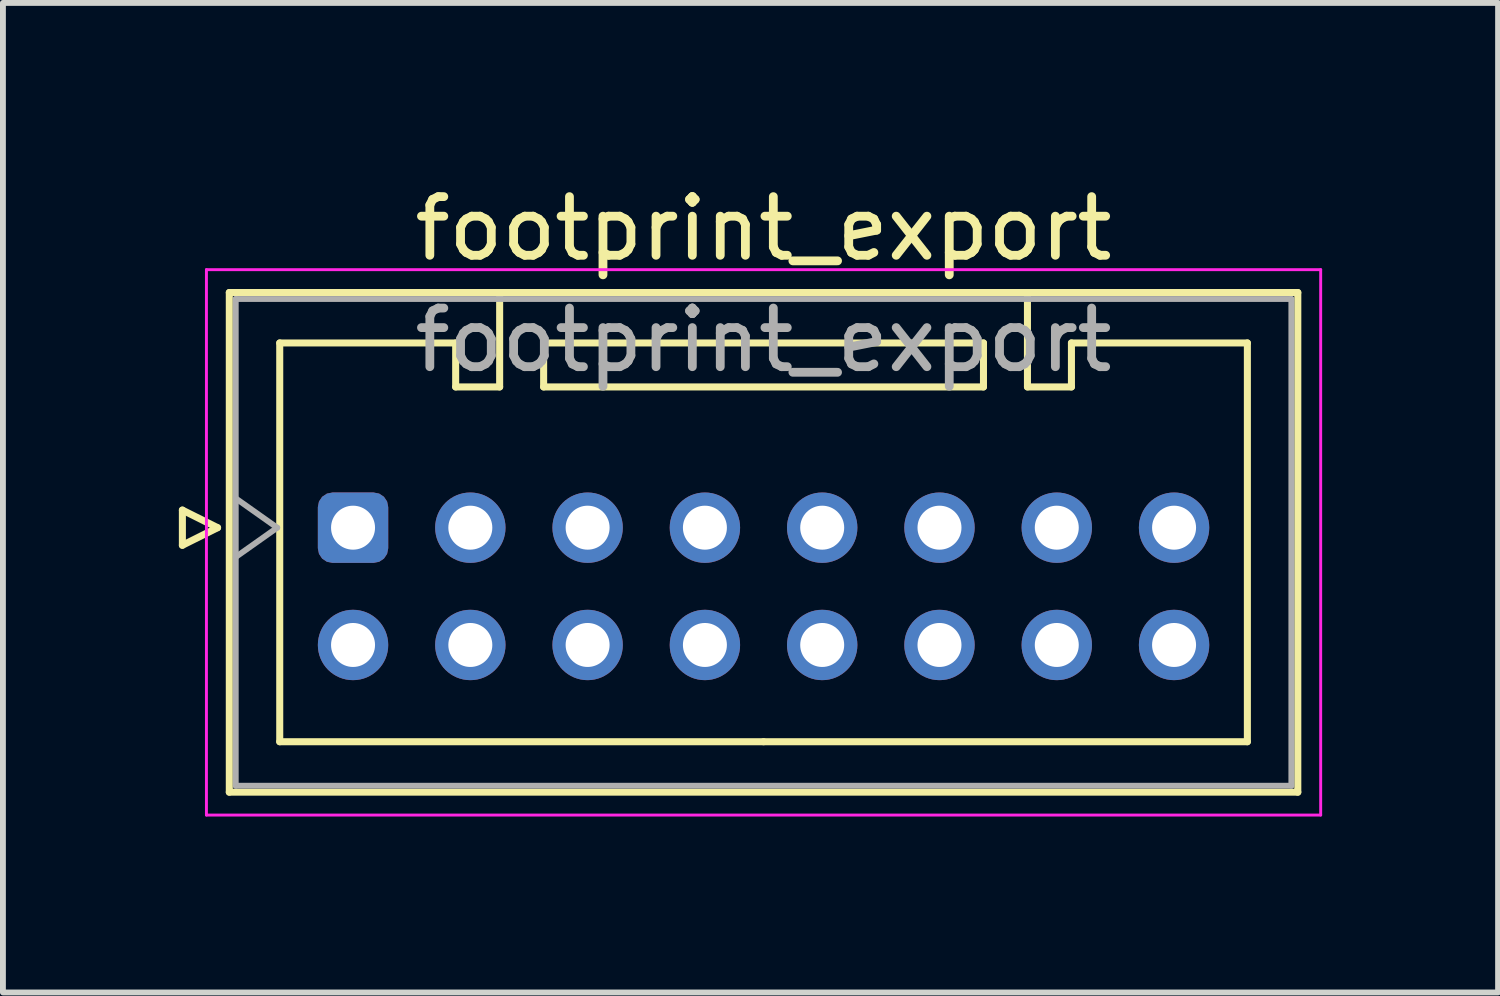
<source format=kicad_pcb>
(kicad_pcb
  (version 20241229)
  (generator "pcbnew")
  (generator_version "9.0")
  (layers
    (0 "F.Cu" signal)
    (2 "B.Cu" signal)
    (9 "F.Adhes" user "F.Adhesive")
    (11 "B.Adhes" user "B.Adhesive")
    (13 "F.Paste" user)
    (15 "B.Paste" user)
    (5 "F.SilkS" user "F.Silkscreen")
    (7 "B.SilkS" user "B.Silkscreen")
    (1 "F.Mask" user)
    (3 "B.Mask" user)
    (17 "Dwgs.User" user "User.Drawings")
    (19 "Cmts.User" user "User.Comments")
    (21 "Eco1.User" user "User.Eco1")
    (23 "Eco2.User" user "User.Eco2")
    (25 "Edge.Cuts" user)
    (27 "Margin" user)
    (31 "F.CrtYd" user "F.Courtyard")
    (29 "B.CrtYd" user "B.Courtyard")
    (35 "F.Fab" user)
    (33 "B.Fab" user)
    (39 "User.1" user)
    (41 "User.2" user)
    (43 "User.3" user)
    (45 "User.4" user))
  (footprint "footprint_export"
    (layer "F.Cu")
    (at 2.97 5.948)
    (property "Reference" "footprint_export" (at 7 -5.1 0) (layer "F.SilkS") (effects (font (size 1 1) (thickness 0.15))))
    (attr through_hole)
    (fp_line (start -2.91 -0.3) (end -2.31 0) (stroke (width 0.12) (type solid)) (layer "F.SilkS"))
    (fp_line (start -2.91 0.3) (end -2.91 -0.3) (stroke (width 0.12) (type solid)) (layer "F.SilkS"))
    (fp_line (start -2.31 0) (end -2.91 0.3) (stroke (width 0.12) (type solid)) (layer "F.SilkS"))
    (fp_line (start -2.11 -4.01) (end -2.11 4.51) (stroke (width 0.12) (type solid)) (layer "F.SilkS"))
    (fp_line (start -2.11 4.51) (end 16.11 4.51) (stroke (width 0.12) (type solid)) (layer "F.SilkS"))
    (fp_line (start -1.25 -3.15) (end -1.25 3.65) (stroke (width 0.12) (type solid)) (layer "F.SilkS"))
    (fp_line (start -1.25 3.65) (end 7 3.65) (stroke (width 0.12) (type solid)) (layer "F.SilkS"))
    (fp_line (start 1.75 -3.15) (end -1.25 -3.15) (stroke (width 0.12) (type solid)) (layer "F.SilkS"))
    (fp_line (start 1.75 -2.4) (end 1.75 -3.15) (stroke (width 0.12) (type solid)) (layer "F.SilkS"))
    (fp_line (start 2.5 -4.01) (end 2.5 -2.4) (stroke (width 0.12) (type solid)) (layer "F.SilkS"))
    (fp_line (start 2.5 -2.4) (end 1.75 -2.4) (stroke (width 0.12) (type solid)) (layer "F.SilkS"))
    (fp_line (start 3.25 -3.15) (end 3.25 -2.4) (stroke (width 0.12) (type solid)) (layer "F.SilkS"))
    (fp_line (start 3.25 -2.4) (end 10.75 -2.4) (stroke (width 0.12) (type solid)) (layer "F.SilkS"))
    (fp_line (start 10.75 -3.15) (end 3.25 -3.15) (stroke (width 0.12) (type solid)) (layer "F.SilkS"))
    (fp_line (start 10.75 -2.4) (end 10.75 -3.15) (stroke (width 0.12) (type solid)) (layer "F.SilkS"))
    (fp_line (start 11.5 -4.01) (end 11.5 -2.4) (stroke (width 0.12) (type solid)) (layer "F.SilkS"))
    (fp_line (start 11.5 -2.4) (end 12.25 -2.4) (stroke (width 0.12) (type solid)) (layer "F.SilkS"))
    (fp_line (start 12.25 -3.15) (end 15.25 -3.15) (stroke (width 0.12) (type solid)) (layer "F.SilkS"))
    (fp_line (start 12.25 -2.4) (end 12.25 -3.15) (stroke (width 0.12) (type solid)) (layer "F.SilkS"))
    (fp_line (start 15.25 -3.15) (end 15.25 3.65) (stroke (width 0.12) (type solid)) (layer "F.SilkS"))
    (fp_line (start 15.25 3.65) (end 7 3.65) (stroke (width 0.12) (type solid)) (layer "F.SilkS"))
    (fp_line (start 16.11 -4.01) (end -2.11 -4.01) (stroke (width 0.12) (type solid)) (layer "F.SilkS"))
    (fp_line (start 16.11 4.51) (end 16.11 -4.01) (stroke (width 0.12) (type solid)) (layer "F.SilkS"))
    (fp_line (start -2.5 -4.4) (end -2.5 4.9) (stroke (width 0.05) (type solid)) (layer "F.CrtYd"))
    (fp_line (start -2.5 4.9) (end 16.5 4.9) (stroke (width 0.05) (type solid)) (layer "F.CrtYd"))
    (fp_line (start 16.5 -4.4) (end -2.5 -4.4) (stroke (width 0.05) (type solid)) (layer "F.CrtYd"))
    (fp_line (start 16.5 4.9) (end 16.5 -4.4) (stroke (width 0.05) (type solid)) (layer "F.CrtYd"))
    (fp_line (start -2 -3.9) (end -2 4.4) (stroke (width 0.1) (type solid)) (layer "F.Fab"))
    (fp_line (start -2 0.5) (end -1.293 0) (stroke (width 0.1) (type solid)) (layer "F.Fab"))
    (fp_line (start -2 4.4) (end 16 4.4) (stroke (width 0.1) (type solid)) (layer "F.Fab"))
    (fp_line (start -1.293 0) (end -2 -0.5) (stroke (width 0.1) (type solid)) (layer "F.Fab"))
    (fp_line (start 16 -3.9) (end -2 -3.9) (stroke (width 0.1) (type solid)) (layer "F.Fab"))
    (fp_line (start 16 4.4) (end 16 -3.9) (stroke (width 0.1) (type solid)) (layer "F.Fab"))
    (fp_text user "${REFERENCE}" (at 7 -3.2 0) (layer "F.Fab") (effects (font (size 1 1) (thickness 0.15))))
    (pad "1" thru_hole roundrect (at 0 0) (size 1.2 1.2) (drill 0.75) (layers "*.Cu" "*.Mask") (roundrect_rratio 0.208))
    (pad "2" thru_hole circle (at 0 2) (size 1.2 1.2) (drill 0.75) (layers "*.Cu" "*.Mask"))
    (pad "3" thru_hole circle (at 2 0) (size 1.2 1.2) (drill 0.75) (layers "*.Cu" "*.Mask"))
    (pad "4" thru_hole circle (at 2 2) (size 1.2 1.2) (drill 0.75) (layers "*.Cu" "*.Mask"))
    (pad "5" thru_hole circle (at 4 0) (size 1.2 1.2) (drill 0.75) (layers "*.Cu" "*.Mask"))
    (pad "6" thru_hole circle (at 4 2) (size 1.2 1.2) (drill 0.75) (layers "*.Cu" "*.Mask"))
    (pad "7" thru_hole circle (at 6 0) (size 1.2 1.2) (drill 0.75) (layers "*.Cu" "*.Mask"))
    (pad "8" thru_hole circle (at 6 2) (size 1.2 1.2) (drill 0.75) (layers "*.Cu" "*.Mask"))
    (pad "9" thru_hole circle (at 8 0) (size 1.2 1.2) (drill 0.75) (layers "*.Cu" "*.Mask"))
    (pad "10" thru_hole circle (at 8 2) (size 1.2 1.2) (drill 0.75) (layers "*.Cu" "*.Mask"))
    (pad "11" thru_hole circle (at 10 0) (size 1.2 1.2) (drill 0.75) (layers "*.Cu" "*.Mask"))
    (pad "12" thru_hole circle (at 10 2) (size 1.2 1.2) (drill 0.75) (layers "*.Cu" "*.Mask"))
    (pad "13" thru_hole circle (at 12 0) (size 1.2 1.2) (drill 0.75) (layers "*.Cu" "*.Mask"))
    (pad "14" thru_hole circle (at 12 2) (size 1.2 1.2) (drill 0.75) (layers "*.Cu" "*.Mask"))
    (pad "15" thru_hole circle (at 14 0) (size 1.2 1.2) (drill 0.75) (layers "*.Cu" "*.Mask"))
    (pad "16" thru_hole circle (at 14 2) (size 1.2 1.2) (drill 0.75) (layers "*.Cu" "*.Mask")))
  (gr_rect
    (start -3 -3)
    (end 22.495 13.873)
    (stroke (width 0.1) (type default))
    (fill no)
    (layer "Edge.Cuts")))
</source>
